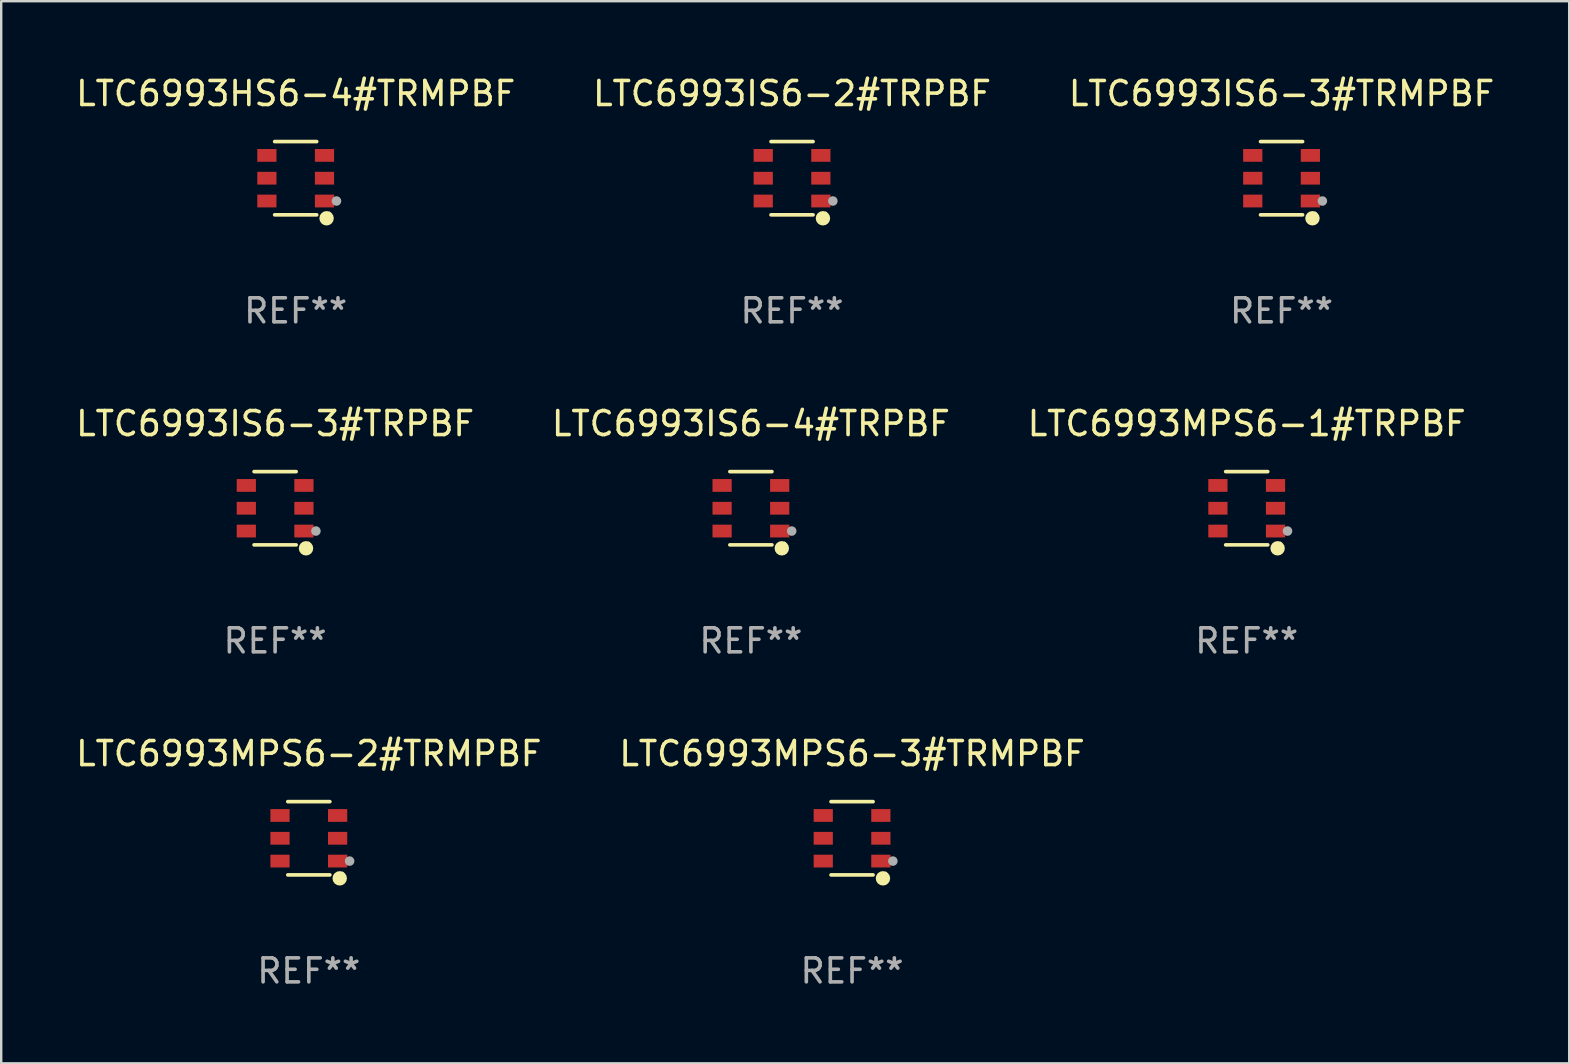
<source format=kicad_pcb>
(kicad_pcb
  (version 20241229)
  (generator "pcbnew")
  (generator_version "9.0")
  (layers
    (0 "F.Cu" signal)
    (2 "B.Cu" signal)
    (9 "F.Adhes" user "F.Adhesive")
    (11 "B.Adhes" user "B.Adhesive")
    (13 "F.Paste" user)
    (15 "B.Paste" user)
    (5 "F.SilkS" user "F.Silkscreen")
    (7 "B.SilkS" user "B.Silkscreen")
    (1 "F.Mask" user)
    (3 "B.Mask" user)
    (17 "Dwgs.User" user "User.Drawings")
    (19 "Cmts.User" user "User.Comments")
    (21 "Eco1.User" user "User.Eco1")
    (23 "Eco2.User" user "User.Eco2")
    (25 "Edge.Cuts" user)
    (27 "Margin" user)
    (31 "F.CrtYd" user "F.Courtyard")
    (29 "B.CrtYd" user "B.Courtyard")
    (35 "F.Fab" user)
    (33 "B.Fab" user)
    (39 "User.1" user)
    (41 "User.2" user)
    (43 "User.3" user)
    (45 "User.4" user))
  (footprint "LTC6993MPS6-2#TRMPBF"
    (layer "F.Cu")
    (at 9.815 31.872)
    (property "Reference" "LTC6993MPS6-2#TRMPBF" (at 0 -3.526 0) (layer "F.SilkS") (effects (font (size 1 1) (thickness 0.15))))
    (attr through_hole)
    (fp_line (start 0.876 -1.526) (end -0.876 -1.526) (stroke (width 0.152) (type solid)) (layer "F.SilkS"))
    (fp_line (start 0.876 1.526) (end -0.876 1.526) (stroke (width 0.152) (type solid)) (layer "F.SilkS"))
    (fp_circle (center 1.287 1.669) (end 1.438 1.669) (stroke (width 0.3) (type solid)) (fill no) (layer "F.SilkS"))
    (fp_circle (center 1.4 1.45) (end 1.43 1.45) (stroke (width 0.06) (type solid)) (fill no) (layer "F.SilkS"))
    (fp_circle (center 1.7 0.95) (end 1.8 0.95) (stroke (width 0.2) (type solid)) (fill no) (layer "F.Fab"))
    (fp_text user "REF**" (at 0 5.526 0) (layer "F.Fab") (effects (font (size 1 1) (thickness 0.15))))
    (pad "1" smd rect (at 1.2 0.95) (size 0.8 0.532) (layers "F.Cu" "F.Mask" "F.Paste"))
    (pad "2" smd rect (at 1.2 0) (size 0.8 0.532) (layers "F.Cu" "F.Mask" "F.Paste"))
    (pad "3" smd rect (at 1.2 -0.95) (size 0.8 0.532) (layers "F.Cu" "F.Mask" "F.Paste"))
    (pad "4" smd rect (at -1.2 -0.95) (size 0.8 0.532) (layers "F.Cu" "F.Mask" "F.Paste"))
    (pad "5" smd rect (at -1.2 0) (size 0.8 0.532) (layers "F.Cu" "F.Mask" "F.Paste"))
    (pad "6" smd rect (at -1.2 0.95) (size 0.8 0.532) (layers "F.Cu" "F.Mask" "F.Paste")))
  (footprint "LTC6993HS6-4#TRMPBF"
    (layer "F.Cu")
    (at 9.268 4.374)
    (property "Reference" "LTC6993HS6-4#TRMPBF" (at 0 -3.526 0) (layer "F.SilkS") (effects (font (size 1 1) (thickness 0.15))))
    (attr through_hole)
    (fp_line (start 0.876 -1.526) (end -0.876 -1.526) (stroke (width 0.152) (type solid)) (layer "F.SilkS"))
    (fp_line (start 0.876 1.526) (end -0.876 1.526) (stroke (width 0.152) (type solid)) (layer "F.SilkS"))
    (fp_circle (center 1.287 1.669) (end 1.438 1.669) (stroke (width 0.3) (type solid)) (fill no) (layer "F.SilkS"))
    (fp_circle (center 1.4 1.45) (end 1.43 1.45) (stroke (width 0.06) (type solid)) (fill no) (layer "F.SilkS"))
    (fp_circle (center 1.7 0.95) (end 1.8 0.95) (stroke (width 0.2) (type solid)) (fill no) (layer "F.Fab"))
    (fp_text user "REF**" (at 0 5.526 0) (layer "F.Fab") (effects (font (size 1 1) (thickness 0.15))))
    (pad "1" smd rect (at 1.2 0.95) (size 0.8 0.532) (layers "F.Cu" "F.Mask" "F.Paste"))
    (pad "2" smd rect (at 1.2 0) (size 0.8 0.532) (layers "F.Cu" "F.Mask" "F.Paste"))
    (pad "3" smd rect (at 1.2 -0.95) (size 0.8 0.532) (layers "F.Cu" "F.Mask" "F.Paste"))
    (pad "4" smd rect (at -1.2 -0.95) (size 0.8 0.532) (layers "F.Cu" "F.Mask" "F.Paste"))
    (pad "5" smd rect (at -1.2 0) (size 0.8 0.532) (layers "F.Cu" "F.Mask" "F.Paste"))
    (pad "6" smd rect (at -1.2 0.95) (size 0.8 0.532) (layers "F.Cu" "F.Mask" "F.Paste")))
  (footprint "LTC6993MPS6-1#TRPBF"
    (layer "F.Cu")
    (at 48.887 18.123)
    (property "Reference" "LTC6993MPS6-1#TRPBF" (at 0 -3.526 0) (layer "F.SilkS") (effects (font (size 1 1) (thickness 0.15))))
    (attr through_hole)
    (fp_line (start 0.876 -1.526) (end -0.876 -1.526) (stroke (width 0.152) (type solid)) (layer "F.SilkS"))
    (fp_line (start 0.876 1.526) (end -0.876 1.526) (stroke (width 0.152) (type solid)) (layer "F.SilkS"))
    (fp_circle (center 1.287 1.669) (end 1.438 1.669) (stroke (width 0.3) (type solid)) (fill no) (layer "F.SilkS"))
    (fp_circle (center 1.4 1.45) (end 1.43 1.45) (stroke (width 0.06) (type solid)) (fill no) (layer "F.SilkS"))
    (fp_circle (center 1.7 0.95) (end 1.8 0.95) (stroke (width 0.2) (type solid)) (fill no) (layer "F.Fab"))
    (fp_text user "REF**" (at 0 5.526 0) (layer "F.Fab") (effects (font (size 1 1) (thickness 0.15))))
    (pad "1" smd rect (at 1.2 0.95) (size 0.8 0.532) (layers "F.Cu" "F.Mask" "F.Paste"))
    (pad "2" smd rect (at 1.2 0) (size 0.8 0.532) (layers "F.Cu" "F.Mask" "F.Paste"))
    (pad "3" smd rect (at 1.2 -0.95) (size 0.8 0.532) (layers "F.Cu" "F.Mask" "F.Paste"))
    (pad "4" smd rect (at -1.2 -0.95) (size 0.8 0.532) (layers "F.Cu" "F.Mask" "F.Paste"))
    (pad "5" smd rect (at -1.2 0) (size 0.8 0.532) (layers "F.Cu" "F.Mask" "F.Paste"))
    (pad "6" smd rect (at -1.2 0.95) (size 0.8 0.532) (layers "F.Cu" "F.Mask" "F.Paste")))
  (footprint "LTC6993IS6-3#TRMPBF"
    (layer "F.Cu")
    (at 50.339 4.374)
    (property "Reference" "LTC6993IS6-3#TRMPBF" (at 0 -3.526 0) (layer "F.SilkS") (effects (font (size 1 1) (thickness 0.15))))
    (attr through_hole)
    (fp_line (start 0.876 -1.526) (end -0.876 -1.526) (stroke (width 0.152) (type solid)) (layer "F.SilkS"))
    (fp_line (start 0.876 1.526) (end -0.876 1.526) (stroke (width 0.152) (type solid)) (layer "F.SilkS"))
    (fp_circle (center 1.287 1.669) (end 1.438 1.669) (stroke (width 0.3) (type solid)) (fill no) (layer "F.SilkS"))
    (fp_circle (center 1.4 1.45) (end 1.43 1.45) (stroke (width 0.06) (type solid)) (fill no) (layer "F.SilkS"))
    (fp_circle (center 1.7 0.95) (end 1.8 0.95) (stroke (width 0.2) (type solid)) (fill no) (layer "F.Fab"))
    (fp_text user "REF**" (at 0 5.526 0) (layer "F.Fab") (effects (font (size 1 1) (thickness 0.15))))
    (pad "1" smd rect (at 1.2 0.95) (size 0.8 0.532) (layers "F.Cu" "F.Mask" "F.Paste"))
    (pad "2" smd rect (at 1.2 0) (size 0.8 0.532) (layers "F.Cu" "F.Mask" "F.Paste"))
    (pad "3" smd rect (at 1.2 -0.95) (size 0.8 0.532) (layers "F.Cu" "F.Mask" "F.Paste"))
    (pad "4" smd rect (at -1.2 -0.95) (size 0.8 0.532) (layers "F.Cu" "F.Mask" "F.Paste"))
    (pad "5" smd rect (at -1.2 0) (size 0.8 0.532) (layers "F.Cu" "F.Mask" "F.Paste"))
    (pad "6" smd rect (at -1.2 0.95) (size 0.8 0.532) (layers "F.Cu" "F.Mask" "F.Paste")))
  (footprint "LTC6993IS6-3#TRPBF"
    (layer "F.Cu")
    (at 8.411 18.123)
    (property "Reference" "LTC6993IS6-3#TRPBF" (at 0 -3.526 0) (layer "F.SilkS") (effects (font (size 1 1) (thickness 0.15))))
    (attr through_hole)
    (fp_line (start 0.876 -1.526) (end -0.876 -1.526) (stroke (width 0.152) (type solid)) (layer "F.SilkS"))
    (fp_line (start 0.876 1.526) (end -0.876 1.526) (stroke (width 0.152) (type solid)) (layer "F.SilkS"))
    (fp_circle (center 1.287 1.669) (end 1.438 1.669) (stroke (width 0.3) (type solid)) (fill no) (layer "F.SilkS"))
    (fp_circle (center 1.4 1.45) (end 1.43 1.45) (stroke (width 0.06) (type solid)) (fill no) (layer "F.SilkS"))
    (fp_circle (center 1.7 0.95) (end 1.8 0.95) (stroke (width 0.2) (type solid)) (fill no) (layer "F.Fab"))
    (fp_text user "REF**" (at 0 5.526 0) (layer "F.Fab") (effects (font (size 1 1) (thickness 0.15))))
    (pad "1" smd rect (at 1.2 0.95) (size 0.8 0.532) (layers "F.Cu" "F.Mask" "F.Paste"))
    (pad "2" smd rect (at 1.2 0) (size 0.8 0.532) (layers "F.Cu" "F.Mask" "F.Paste"))
    (pad "3" smd rect (at 1.2 -0.95) (size 0.8 0.532) (layers "F.Cu" "F.Mask" "F.Paste"))
    (pad "4" smd rect (at -1.2 -0.95) (size 0.8 0.532) (layers "F.Cu" "F.Mask" "F.Paste"))
    (pad "5" smd rect (at -1.2 0) (size 0.8 0.532) (layers "F.Cu" "F.Mask" "F.Paste"))
    (pad "6" smd rect (at -1.2 0.95) (size 0.8 0.532) (layers "F.Cu" "F.Mask" "F.Paste")))
  (footprint "LTC6993IS6-2#TRPBF"
    (layer "F.Cu")
    (at 29.946 4.374)
    (property "Reference" "LTC6993IS6-2#TRPBF" (at 0 -3.526 0) (layer "F.SilkS") (effects (font (size 1 1) (thickness 0.15))))
    (attr through_hole)
    (fp_line (start 0.876 -1.526) (end -0.876 -1.526) (stroke (width 0.152) (type solid)) (layer "F.SilkS"))
    (fp_line (start 0.876 1.526) (end -0.876 1.526) (stroke (width 0.152) (type solid)) (layer "F.SilkS"))
    (fp_circle (center 1.287 1.669) (end 1.438 1.669) (stroke (width 0.3) (type solid)) (fill no) (layer "F.SilkS"))
    (fp_circle (center 1.4 1.45) (end 1.43 1.45) (stroke (width 0.06) (type solid)) (fill no) (layer "F.SilkS"))
    (fp_circle (center 1.7 0.95) (end 1.8 0.95) (stroke (width 0.2) (type solid)) (fill no) (layer "F.Fab"))
    (fp_text user "REF**" (at 0 5.526 0) (layer "F.Fab") (effects (font (size 1 1) (thickness 0.15))))
    (pad "1" smd rect (at 1.2 0.95) (size 0.8 0.532) (layers "F.Cu" "F.Mask" "F.Paste"))
    (pad "2" smd rect (at 1.2 0) (size 0.8 0.532) (layers "F.Cu" "F.Mask" "F.Paste"))
    (pad "3" smd rect (at 1.2 -0.95) (size 0.8 0.532) (layers "F.Cu" "F.Mask" "F.Paste"))
    (pad "4" smd rect (at -1.2 -0.95) (size 0.8 0.532) (layers "F.Cu" "F.Mask" "F.Paste"))
    (pad "5" smd rect (at -1.2 0) (size 0.8 0.532) (layers "F.Cu" "F.Mask" "F.Paste"))
    (pad "6" smd rect (at -1.2 0.95) (size 0.8 0.532) (layers "F.Cu" "F.Mask" "F.Paste")))
  (footprint "LTC6993IS6-4#TRPBF"
    (layer "F.Cu")
    (at 28.232 18.123)
    (property "Reference" "LTC6993IS6-4#TRPBF" (at 0 -3.526 0) (layer "F.SilkS") (effects (font (size 1 1) (thickness 0.15))))
    (attr through_hole)
    (fp_line (start 0.876 -1.526) (end -0.876 -1.526) (stroke (width 0.152) (type solid)) (layer "F.SilkS"))
    (fp_line (start 0.876 1.526) (end -0.876 1.526) (stroke (width 0.152) (type solid)) (layer "F.SilkS"))
    (fp_circle (center 1.287 1.669) (end 1.438 1.669) (stroke (width 0.3) (type solid)) (fill no) (layer "F.SilkS"))
    (fp_circle (center 1.4 1.45) (end 1.43 1.45) (stroke (width 0.06) (type solid)) (fill no) (layer "F.SilkS"))
    (fp_circle (center 1.7 0.95) (end 1.8 0.95) (stroke (width 0.2) (type solid)) (fill no) (layer "F.Fab"))
    (fp_text user "REF**" (at 0 5.526 0) (layer "F.Fab") (effects (font (size 1 1) (thickness 0.15))))
    (pad "1" smd rect (at 1.2 0.95) (size 0.8 0.532) (layers "F.Cu" "F.Mask" "F.Paste"))
    (pad "2" smd rect (at 1.2 0) (size 0.8 0.532) (layers "F.Cu" "F.Mask" "F.Paste"))
    (pad "3" smd rect (at 1.2 -0.95) (size 0.8 0.532) (layers "F.Cu" "F.Mask" "F.Paste"))
    (pad "4" smd rect (at -1.2 -0.95) (size 0.8 0.532) (layers "F.Cu" "F.Mask" "F.Paste"))
    (pad "5" smd rect (at -1.2 0) (size 0.8 0.532) (layers "F.Cu" "F.Mask" "F.Paste"))
    (pad "6" smd rect (at -1.2 0.95) (size 0.8 0.532) (layers "F.Cu" "F.Mask" "F.Paste")))
  (footprint "LTC6993MPS6-3#TRMPBF"
    (layer "F.Cu")
    (at 32.446 31.872)
    (property "Reference" "LTC6993MPS6-3#TRMPBF" (at 0 -3.526 0) (layer "F.SilkS") (effects (font (size 1 1) (thickness 0.15))))
    (attr through_hole)
    (fp_line (start 0.876 -1.526) (end -0.876 -1.526) (stroke (width 0.152) (type solid)) (layer "F.SilkS"))
    (fp_line (start 0.876 1.526) (end -0.876 1.526) (stroke (width 0.152) (type solid)) (layer "F.SilkS"))
    (fp_circle (center 1.287 1.669) (end 1.438 1.669) (stroke (width 0.3) (type solid)) (fill no) (layer "F.SilkS"))
    (fp_circle (center 1.4 1.45) (end 1.43 1.45) (stroke (width 0.06) (type solid)) (fill no) (layer "F.SilkS"))
    (fp_circle (center 1.7 0.95) (end 1.8 0.95) (stroke (width 0.2) (type solid)) (fill no) (layer "F.Fab"))
    (fp_text user "REF**" (at 0 5.526 0) (layer "F.Fab") (effects (font (size 1 1) (thickness 0.15))))
    (pad "1" smd rect (at 1.2 0.95) (size 0.8 0.532) (layers "F.Cu" "F.Mask" "F.Paste"))
    (pad "2" smd rect (at 1.2 0) (size 0.8 0.532) (layers "F.Cu" "F.Mask" "F.Paste"))
    (pad "3" smd rect (at 1.2 -0.95) (size 0.8 0.532) (layers "F.Cu" "F.Mask" "F.Paste"))
    (pad "4" smd rect (at -1.2 -0.95) (size 0.8 0.532) (layers "F.Cu" "F.Mask" "F.Paste"))
    (pad "5" smd rect (at -1.2 0) (size 0.8 0.532) (layers "F.Cu" "F.Mask" "F.Paste"))
    (pad "6" smd rect (at -1.2 0.95) (size 0.8 0.532) (layers "F.Cu" "F.Mask" "F.Paste")))
  (gr_rect
    (start -3 -3)
    (end 62.321 41.247)
    (stroke (width 0.1) (type default))
    (fill no)
    (layer "Edge.Cuts")))
</source>
